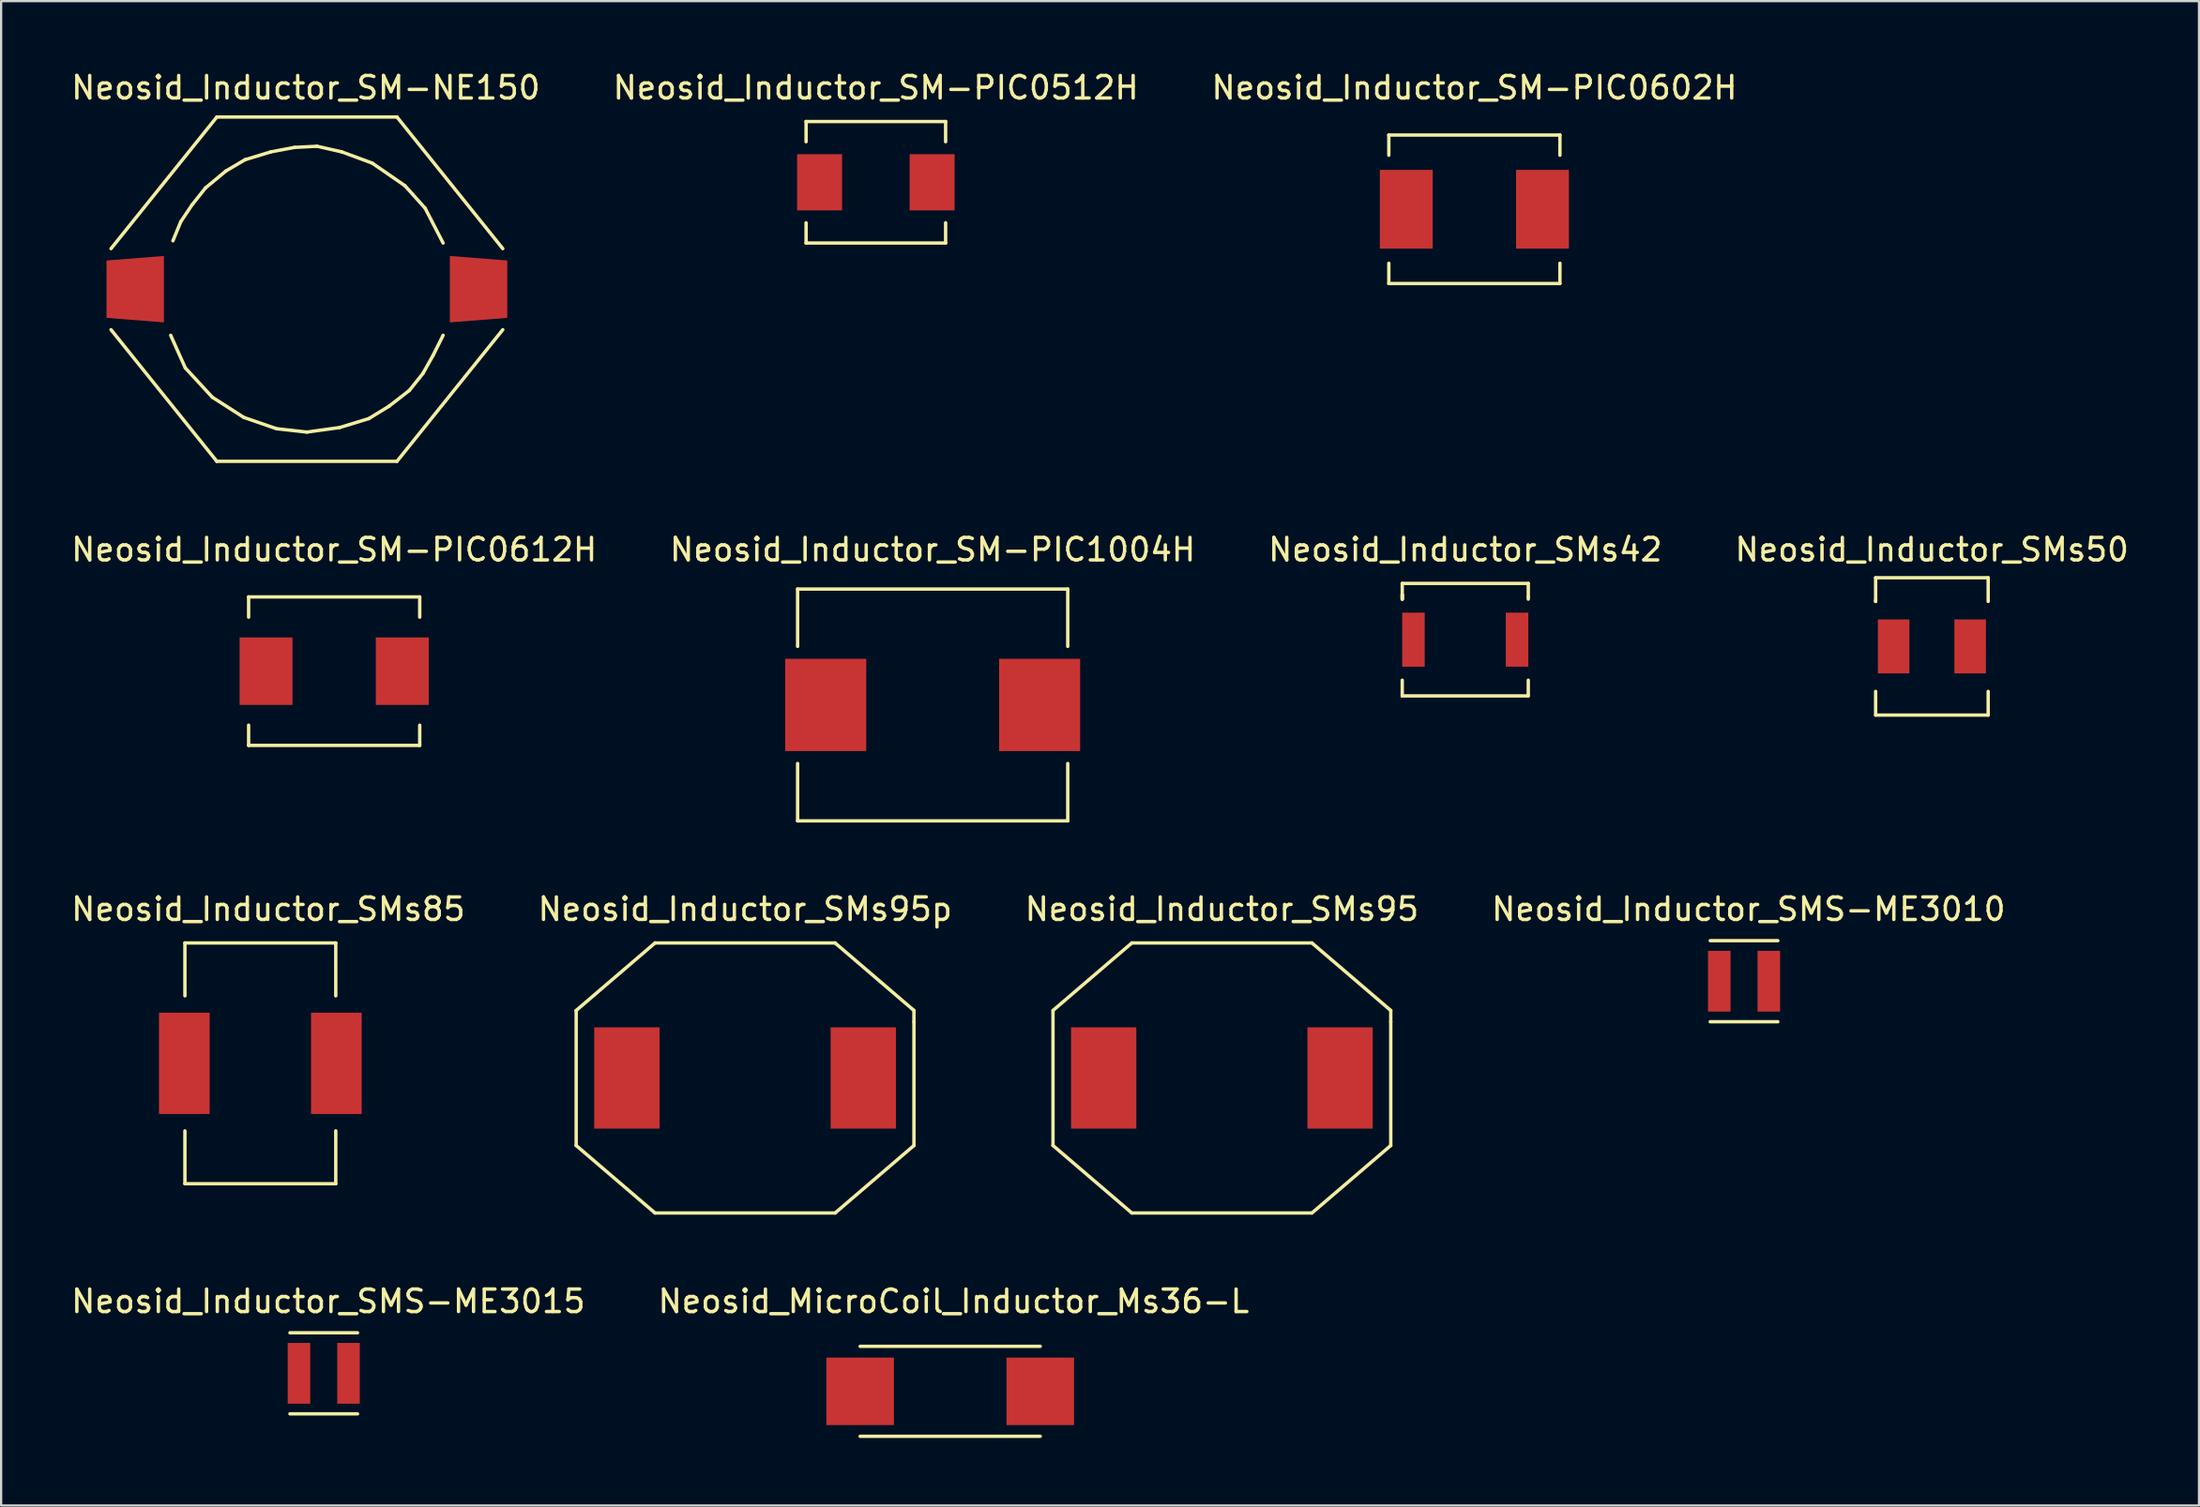
<source format=kicad_pcb>
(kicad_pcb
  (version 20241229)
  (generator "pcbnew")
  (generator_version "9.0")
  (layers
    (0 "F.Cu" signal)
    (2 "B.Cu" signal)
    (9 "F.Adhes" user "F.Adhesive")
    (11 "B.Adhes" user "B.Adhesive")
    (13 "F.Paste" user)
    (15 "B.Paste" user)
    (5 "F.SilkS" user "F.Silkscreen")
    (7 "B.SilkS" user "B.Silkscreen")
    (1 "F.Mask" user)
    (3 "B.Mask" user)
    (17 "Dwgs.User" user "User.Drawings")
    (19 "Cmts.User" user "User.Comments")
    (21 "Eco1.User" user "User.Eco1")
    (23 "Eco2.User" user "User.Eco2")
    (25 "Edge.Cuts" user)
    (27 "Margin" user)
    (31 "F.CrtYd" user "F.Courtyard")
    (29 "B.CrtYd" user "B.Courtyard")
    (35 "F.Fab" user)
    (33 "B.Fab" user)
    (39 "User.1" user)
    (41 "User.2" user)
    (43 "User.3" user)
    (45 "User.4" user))
  (footprint "Neosid_Inductor_SM-NE150"
    (layer "F.Cu")
    (at 10.581 9.799)
    (property "Reference" "Neosid_Inductor_SM-NE150" (at -0.051 -8.951 0) (layer "F.SilkS") (effects (font (size 1 1) (thickness 0.15))))
    (attr smd)
    (fp_line (start -5.951 -2.149) (end -5.601 -3) (stroke (width 0.15) (type solid)) (layer "F.SilkS"))
    (fp_line (start -5.601 -3) (end -5.1 -3.749) (stroke (width 0.15) (type solid)) (layer "F.SilkS"))
    (fp_line (start -5.4 3.5) (end -6.05 2.05) (stroke (width 0.15) (type solid)) (layer "F.SilkS"))
    (fp_line (start -5.1 -3.749) (end -4.501 -4.501) (stroke (width 0.15) (type solid)) (layer "F.SilkS"))
    (fp_line (start -4.501 -4.501) (end -3.599 -5.25) (stroke (width 0.15) (type solid)) (layer "F.SilkS"))
    (fp_line (start -4.201 4.801) (end -5.4 3.5) (stroke (width 0.15) (type solid)) (layer "F.SilkS"))
    (fp_line (start -4 -7.65) (end -8.7 -1.801) (stroke (width 0.15) (type solid)) (layer "F.SilkS"))
    (fp_line (start -4 7.65) (end -8.7 1.801) (stroke (width 0.15) (type solid)) (layer "F.SilkS"))
    (fp_line (start -3.599 -5.25) (end -2.751 -5.751) (stroke (width 0.15) (type solid)) (layer "F.SilkS"))
    (fp_line (start -2.799 5.7) (end -4.201 4.801) (stroke (width 0.15) (type solid)) (layer "F.SilkS"))
    (fp_line (start -2.751 -5.751) (end -1.6 -6.101) (stroke (width 0.15) (type solid)) (layer "F.SilkS"))
    (fp_line (start -1.6 -6.101) (end -0.551 -6.299) (stroke (width 0.15) (type solid)) (layer "F.SilkS"))
    (fp_line (start -1.349 6.2) (end -2.799 5.7) (stroke (width 0.15) (type solid)) (layer "F.SilkS"))
    (fp_line (start -0.551 -6.299) (end 0.45 -6.35) (stroke (width 0.15) (type solid)) (layer "F.SilkS"))
    (fp_line (start 0 6.35) (end -1.349 6.2) (stroke (width 0.15) (type solid)) (layer "F.SilkS"))
    (fp_line (start 0.45 -6.35) (end 1.549 -6.101) (stroke (width 0.15) (type solid)) (layer "F.SilkS"))
    (fp_line (start 1.45 6.149) (end 0 6.35) (stroke (width 0.15) (type solid)) (layer "F.SilkS"))
    (fp_line (start 1.549 -6.101) (end 2.901 -5.601) (stroke (width 0.15) (type solid)) (layer "F.SilkS"))
    (fp_line (start 2.751 5.751) (end 1.45 6.149) (stroke (width 0.15) (type solid)) (layer "F.SilkS"))
    (fp_line (start 2.901 -5.601) (end 4.351 -4.6) (stroke (width 0.15) (type solid)) (layer "F.SilkS"))
    (fp_line (start 3.65 5.199) (end 2.751 5.751) (stroke (width 0.15) (type solid)) (layer "F.SilkS"))
    (fp_line (start 4 -7.65) (end -4 -7.65) (stroke (width 0.15) (type solid)) (layer "F.SilkS"))
    (fp_line (start 4 7.65) (end -4 7.65) (stroke (width 0.15) (type solid)) (layer "F.SilkS"))
    (fp_line (start 4.351 -4.6) (end 5.25 -3.599) (stroke (width 0.15) (type solid)) (layer "F.SilkS"))
    (fp_line (start 4.549 4.501) (end 3.65 5.199) (stroke (width 0.15) (type solid)) (layer "F.SilkS"))
    (fp_line (start 5.151 3.749) (end 4.549 4.501) (stroke (width 0.15) (type solid)) (layer "F.SilkS"))
    (fp_line (start 5.25 -3.599) (end 6.05 -2.05) (stroke (width 0.15) (type solid)) (layer "F.SilkS"))
    (fp_line (start 5.601 2.949) (end 5.151 3.749) (stroke (width 0.15) (type solid)) (layer "F.SilkS"))
    (fp_line (start 6.05 2.05) (end 5.601 2.949) (stroke (width 0.15) (type solid)) (layer "F.SilkS"))
    (fp_line (start 8.7 -1.801) (end 4 -7.65) (stroke (width 0.15) (type solid)) (layer "F.SilkS"))
    (fp_line (start 8.7 1.801) (end 4 7.65) (stroke (width 0.15) (type solid)) (layer "F.SilkS"))
    (pad "1" smd trapezoid (at -7.625 0 180) (size 2.55 2.751) (rect_delta 0.201 0) (layers "F.Cu" "F.Mask" "F.Paste"))
    (pad "2" smd trapezoid (at 7.625 0) (size 2.55 2.751) (rect_delta 0.201 0) (layers "F.Cu" "F.Mask" "F.Paste")))
  (footprint "Neosid_Inductor_SMs85"
    (layer "F.Cu")
    (at 8.513 44.199)
    (property "Reference" "Neosid_Inductor_SMs85" (at 0.351 -6.85 0) (layer "F.SilkS") (effects (font (size 1 1) (thickness 0.15))))
    (attr smd)
    (fp_line (start -3.35 -5.349) (end -3.35 -3) (stroke (width 0.15) (type solid)) (layer "F.SilkS"))
    (fp_line (start -3.35 5.349) (end -3.35 3) (stroke (width 0.15) (type solid)) (layer "F.SilkS"))
    (fp_line (start 3.35 -5.349) (end -3.35 -5.349) (stroke (width 0.15) (type solid)) (layer "F.SilkS"))
    (fp_line (start 3.35 -5.349) (end 3.35 -3) (stroke (width 0.15) (type solid)) (layer "F.SilkS"))
    (fp_line (start 3.35 3) (end 3.35 5.349) (stroke (width 0.15) (type solid)) (layer "F.SilkS"))
    (fp_line (start 3.35 5.349) (end -3.35 5.349) (stroke (width 0.15) (type solid)) (layer "F.SilkS"))
    (pad "1" smd rect (at -3.376 0) (size 2.25 4.501) (layers "F.Cu" "F.Mask" "F.Paste"))
    (pad "2" smd rect (at 3.376 0) (size 2.25 4.501) (layers "F.Cu" "F.Mask" "F.Paste")))
  (footprint "Neosid_Inductor_SMs95"
    (layer "F.Cu")
    (at 51.22 44.849)
    (property "Reference" "Neosid_Inductor_SMs95" (at 0 -7.501 0) (layer "F.SilkS") (effects (font (size 1 1) (thickness 0.15))))
    (attr smd)
    (fp_line (start -7.501 -3) (end -7.501 3) (stroke (width 0.15) (type solid)) (layer "F.SilkS"))
    (fp_line (start -7.501 3) (end -4 5.999) (stroke (width 0.15) (type solid)) (layer "F.SilkS"))
    (fp_line (start -4 -5.999) (end -7.501 -3) (stroke (width 0.15) (type solid)) (layer "F.SilkS"))
    (fp_line (start -4 5.999) (end 4 5.999) (stroke (width 0.15) (type solid)) (layer "F.SilkS"))
    (fp_line (start 4 -5.999) (end -4 -5.999) (stroke (width 0.15) (type solid)) (layer "F.SilkS"))
    (fp_line (start 4 5.999) (end 7.501 3) (stroke (width 0.15) (type solid)) (layer "F.SilkS"))
    (fp_line (start 7.501 -3) (end 4 -5.999) (stroke (width 0.15) (type solid)) (layer "F.SilkS"))
    (fp_line (start 7.501 -2.499) (end 7.501 -3) (stroke (width 0.15) (type solid)) (layer "F.SilkS"))
    (fp_line (start 7.501 3) (end 7.501 -2.499) (stroke (width 0.15) (type solid)) (layer "F.SilkS"))
    (pad "1" smd rect (at -5.25 0) (size 2.901 4.501) (layers "F.Cu" "F.Mask" "F.Paste"))
    (pad "2" smd rect (at 5.25 0) (size 2.901 4.501) (layers "F.Cu" "F.Mask" "F.Paste")))
  (footprint "Neosid_Inductor_SM-PIC1004H"
    (layer "F.Cu")
    (at 38.375 28.274)
    (property "Reference" "Neosid_Inductor_SM-PIC1004H" (at 0 -6.901 0) (layer "F.SilkS") (effects (font (size 1 1) (thickness 0.15))))
    (attr smd)
    (fp_line (start -5.999 -5.151) (end -5.999 -2.601) (stroke (width 0.15) (type solid)) (layer "F.SilkS"))
    (fp_line (start -5.999 2.601) (end -5.999 5.151) (stroke (width 0.15) (type solid)) (layer "F.SilkS"))
    (fp_line (start -5.999 5.151) (end 5.999 5.151) (stroke (width 0.15) (type solid)) (layer "F.SilkS"))
    (fp_line (start 5.999 -5.151) (end -5.999 -5.151) (stroke (width 0.15) (type solid)) (layer "F.SilkS"))
    (fp_line (start 5.999 -2.601) (end 5.999 -5.151) (stroke (width 0.15) (type solid)) (layer "F.SilkS"))
    (fp_line (start 5.999 5.151) (end 5.999 2.601) (stroke (width 0.15) (type solid)) (layer "F.SilkS"))
    (pad "1" smd rect (at -4.75 0) (size 3.599 4.1) (layers "F.Cu" "F.Mask" "F.Paste"))
    (pad "2" smd rect (at 4.75 0) (size 3.599 4.1) (layers "F.Cu" "F.Mask" "F.Paste")))
  (footprint "Neosid_Inductor_SMS-ME3010"
    (layer "F.Cu")
    (at 74.412 40.549)
    (property "Reference" "Neosid_Inductor_SMS-ME3010" (at 0.201 -3.2 0) (layer "F.SilkS") (effects (font (size 1 1) (thickness 0.15))))
    (attr smd)
    (fp_line (start 1.501 -1.801) (end -1.501 -1.801) (stroke (width 0.15) (type solid)) (layer "F.SilkS"))
    (fp_line (start 1.501 1.801) (end -1.501 1.801) (stroke (width 0.15) (type solid)) (layer "F.SilkS"))
    (pad "1" smd rect (at -1.1 0) (size 1.001 2.7) (layers "F.Cu" "F.Mask" "F.Paste"))
    (pad "2" smd rect (at 1.1 0) (size 1.001 2.7) (layers "F.Cu" "F.Mask" "F.Paste")))
  (footprint "Neosid_Inductor_SMs50"
    (layer "F.Cu")
    (at 82.756 25.673)
    (property "Reference" "Neosid_Inductor_SMs50" (at 0 -4.3 0) (layer "F.SilkS") (effects (font (size 1 1) (thickness 0.15))))
    (attr smd)
    (fp_line (start -2.499 -3.051) (end -2.499 -1.999) (stroke (width 0.15) (type solid)) (layer "F.SilkS"))
    (fp_line (start -2.499 -1.999) (end -2.499 -2.05) (stroke (width 0.15) (type solid)) (layer "F.SilkS"))
    (fp_line (start -2.499 1.999) (end -2.499 3.051) (stroke (width 0.15) (type solid)) (layer "F.SilkS"))
    (fp_line (start -2.499 3.051) (end 2.499 3.051) (stroke (width 0.15) (type solid)) (layer "F.SilkS"))
    (fp_line (start 2.499 -3.051) (end -2.499 -3.051) (stroke (width 0.15) (type solid)) (layer "F.SilkS"))
    (fp_line (start 2.499 -3.051) (end 2.499 -1.999) (stroke (width 0.15) (type solid)) (layer "F.SilkS"))
    (fp_line (start 2.499 3.051) (end 2.499 1.999) (stroke (width 0.15) (type solid)) (layer "F.SilkS"))
    (pad "1" smd rect (at -1.699 0) (size 1.4 2.4) (layers "F.Cu" "F.Mask" "F.Paste"))
    (pad "2" smd rect (at 1.699 0) (size 1.4 2.4) (layers "F.Cu" "F.Mask" "F.Paste")))
  (footprint "Neosid_Inductor_SMs42"
    (layer "F.Cu")
    (at 62.03 25.373)
    (property "Reference" "Neosid_Inductor_SMs42" (at 0 -4 0) (layer "F.SilkS") (effects (font (size 1 1) (thickness 0.15))))
    (attr smd)
    (fp_line (start -2.799 -2.499) (end -2.799 -1.801) (stroke (width 0.15) (type solid)) (layer "F.SilkS"))
    (fp_line (start -2.799 -1.999) (end -2.799 -1.801) (stroke (width 0.15) (type solid)) (layer "F.SilkS"))
    (fp_line (start -2.799 -1.801) (end -2.799 -1.999) (stroke (width 0.15) (type solid)) (layer "F.SilkS"))
    (fp_line (start -2.799 2.499) (end -2.799 1.801) (stroke (width 0.15) (type solid)) (layer "F.SilkS"))
    (fp_line (start 2.799 -2.499) (end -2.799 -2.499) (stroke (width 0.15) (type solid)) (layer "F.SilkS"))
    (fp_line (start 2.799 -2.499) (end 2.799 -1.9) (stroke (width 0.15) (type solid)) (layer "F.SilkS"))
    (fp_line (start 2.799 -1.9) (end 2.799 -1.801) (stroke (width 0.15) (type solid)) (layer "F.SilkS"))
    (fp_line (start 2.799 1.801) (end 2.799 2.499) (stroke (width 0.15) (type solid)) (layer "F.SilkS"))
    (fp_line (start 2.799 2.499) (end -2.799 2.499) (stroke (width 0.15) (type solid)) (layer "F.SilkS"))
    (pad "1" smd rect (at -2.301 0) (size 1.001 2.4) (layers "F.Cu" "F.Mask" "F.Paste"))
    (pad "2" smd rect (at 2.301 0) (size 1.001 2.4) (layers "F.Cu" "F.Mask" "F.Paste")))
  (footprint "Neosid_Inductor_SMs95p"
    (layer "F.Cu")
    (at 30.042 44.849)
    (property "Reference" "Neosid_Inductor_SMs95p" (at 0 -7.501 0) (layer "F.SilkS") (effects (font (size 1 1) (thickness 0.15))))
    (attr smd)
    (fp_line (start -7.501 -3) (end -7.501 3) (stroke (width 0.15) (type solid)) (layer "F.SilkS"))
    (fp_line (start -7.501 3) (end -4 5.999) (stroke (width 0.15) (type solid)) (layer "F.SilkS"))
    (fp_line (start -4 -5.999) (end -7.501 -3) (stroke (width 0.15) (type solid)) (layer "F.SilkS"))
    (fp_line (start -4 5.999) (end 4 5.999) (stroke (width 0.15) (type solid)) (layer "F.SilkS"))
    (fp_line (start 4 -5.999) (end -4 -5.999) (stroke (width 0.15) (type solid)) (layer "F.SilkS"))
    (fp_line (start 4 5.999) (end 7.501 3) (stroke (width 0.15) (type solid)) (layer "F.SilkS"))
    (fp_line (start 7.501 -3) (end 4 -5.999) (stroke (width 0.15) (type solid)) (layer "F.SilkS"))
    (fp_line (start 7.501 -2.499) (end 7.501 -3) (stroke (width 0.15) (type solid)) (layer "F.SilkS"))
    (fp_line (start 7.501 3) (end 7.501 -2.499) (stroke (width 0.15) (type solid)) (layer "F.SilkS"))
    (pad "1" smd rect (at -5.25 0) (size 2.901 4.501) (layers "F.Cu" "F.Mask" "F.Paste"))
    (pad "2" smd rect (at 5.25 0) (size 2.901 4.501) (layers "F.Cu" "F.Mask" "F.Paste")))
  (footprint "Neosid_Inductor_SM-PIC0512H"
    (layer "F.Cu")
    (at 35.851 5.049)
    (property "Reference" "Neosid_Inductor_SM-PIC0512H" (at 0 -4.201 0) (layer "F.SilkS") (effects (font (size 1 1) (thickness 0.15))))
    (attr smd)
    (fp_line (start -3.099 -2.7) (end -3.099 -1.801) (stroke (width 0.15) (type solid)) (layer "F.SilkS"))
    (fp_line (start -3.099 2.7) (end -3.099 1.801) (stroke (width 0.15) (type solid)) (layer "F.SilkS"))
    (fp_line (start 3.099 -2.7) (end -3.099 -2.7) (stroke (width 0.15) (type solid)) (layer "F.SilkS"))
    (fp_line (start 3.099 -2.7) (end 3.099 -1.801) (stroke (width 0.15) (type solid)) (layer "F.SilkS"))
    (fp_line (start 3.099 1.801) (end 3.099 2.7) (stroke (width 0.15) (type solid)) (layer "F.SilkS"))
    (fp_line (start 3.099 2.7) (end -3.099 2.7) (stroke (width 0.15) (type solid)) (layer "F.SilkS"))
    (pad "1" smd rect (at -2.499 0 180) (size 1.999 2.499) (layers "F.Cu" "F.Mask" "F.Paste"))
    (pad "2" smd rect (at 2.499 0 180) (size 1.999 2.499) (layers "F.Cu" "F.Mask" "F.Paste")))
  (footprint "Neosid_Inductor_SM-PIC0612H"
    (layer "F.Cu")
    (at 11.792 26.773)
    (property "Reference" "Neosid_Inductor_SM-PIC0612H" (at 0 -5.4 0) (layer "F.SilkS") (effects (font (size 1 1) (thickness 0.15))))
    (attr smd)
    (fp_line (start -3.8 -3.299) (end -3.8 -2.4) (stroke (width 0.15) (type solid)) (layer "F.SilkS"))
    (fp_line (start -3.8 2.4) (end -3.8 3.299) (stroke (width 0.15) (type solid)) (layer "F.SilkS"))
    (fp_line (start -3.8 3.299) (end 3.8 3.299) (stroke (width 0.15) (type solid)) (layer "F.SilkS"))
    (fp_line (start 3.8 -3.299) (end -3.8 -3.299) (stroke (width 0.15) (type solid)) (layer "F.SilkS"))
    (fp_line (start 3.8 -2.4) (end 3.8 -3.299) (stroke (width 0.15) (type solid)) (layer "F.SilkS"))
    (fp_line (start 3.8 3.299) (end 3.8 2.4) (stroke (width 0.15) (type solid)) (layer "F.SilkS"))
    (pad "1" smd rect (at -3.025 0) (size 2.349 3) (layers "F.Cu" "F.Mask" "F.Paste"))
    (pad "2" smd rect (at 3.025 0) (size 2.349 3) (layers "F.Cu" "F.Mask" "F.Paste")))
  (footprint "Neosid_MicroCoil_Inductor_Ms36-L"
    (layer "F.Cu")
    (at 39.154 58.772)
    (property "Reference" "Neosid_MicroCoil_Inductor_Ms36-L" (at 0.15 -4 0) (layer "F.SilkS") (effects (font (size 1 1) (thickness 0.15))))
    (attr smd)
    (fp_line (start 4 -1.999) (end -4 -1.999) (stroke (width 0.15) (type solid)) (layer "F.SilkS"))
    (fp_line (start 4 1.999) (end -4 1.999) (stroke (width 0.15) (type solid)) (layer "F.SilkS"))
    (pad "1" smd rect (at -4 0) (size 3 3) (layers "F.Cu" "F.Mask" "F.Paste"))
    (pad "2" smd rect (at 4 0) (size 3 3) (layers "F.Cu" "F.Mask" "F.Paste")))
  (footprint "Neosid_Inductor_SMS-ME3015"
    (layer "F.Cu")
    (at 11.329 57.972)
    (property "Reference" "Neosid_Inductor_SMS-ME3015" (at 0.201 -3.2 0) (layer "F.SilkS") (effects (font (size 1 1) (thickness 0.15))))
    (attr smd)
    (fp_line (start 1.501 -1.801) (end -1.501 -1.801) (stroke (width 0.15) (type solid)) (layer "F.SilkS"))
    (fp_line (start 1.501 1.801) (end -1.501 1.801) (stroke (width 0.15) (type solid)) (layer "F.SilkS"))
    (pad "1" smd rect (at -1.1 0) (size 1.001 2.7) (layers "F.Cu" "F.Mask" "F.Paste"))
    (pad "2" smd rect (at 1.1 0) (size 1.001 2.7) (layers "F.Cu" "F.Mask" "F.Paste")))
  (footprint "Neosid_Inductor_SM-PIC0602H"
    (layer "F.Cu")
    (at 62.435 6.248)
    (property "Reference" "Neosid_Inductor_SM-PIC0602H" (at 0 -5.4 0) (layer "F.SilkS") (effects (font (size 1 1) (thickness 0.15))))
    (attr smd)
    (fp_line (start -3.8 -3.299) (end -3.8 -2.4) (stroke (width 0.15) (type solid)) (layer "F.SilkS"))
    (fp_line (start -3.8 2.4) (end -3.8 3.299) (stroke (width 0.15) (type solid)) (layer "F.SilkS"))
    (fp_line (start -3.8 3.299) (end 3.8 3.299) (stroke (width 0.15) (type solid)) (layer "F.SilkS"))
    (fp_line (start 3.8 -3.299) (end -3.8 -3.299) (stroke (width 0.15) (type solid)) (layer "F.SilkS"))
    (fp_line (start 3.8 -2.4) (end 3.8 -3.299) (stroke (width 0.15) (type solid)) (layer "F.SilkS"))
    (fp_line (start 3.8 3.299) (end 3.8 2.4) (stroke (width 0.15) (type solid)) (layer "F.SilkS"))
    (pad "1" smd rect (at -3.025 0) (size 2.349 3.5) (layers "F.Cu" "F.Mask" "F.Paste"))
    (pad "2" smd rect (at 3.025 0) (size 2.349 3.5) (layers "F.Cu" "F.Mask" "F.Paste")))
  (gr_rect
    (start -3 -3)
    (end 94.619 63.846)
    (stroke (width 0.1) (type default))
    (fill no)
    (layer "Edge.Cuts")))
</source>
